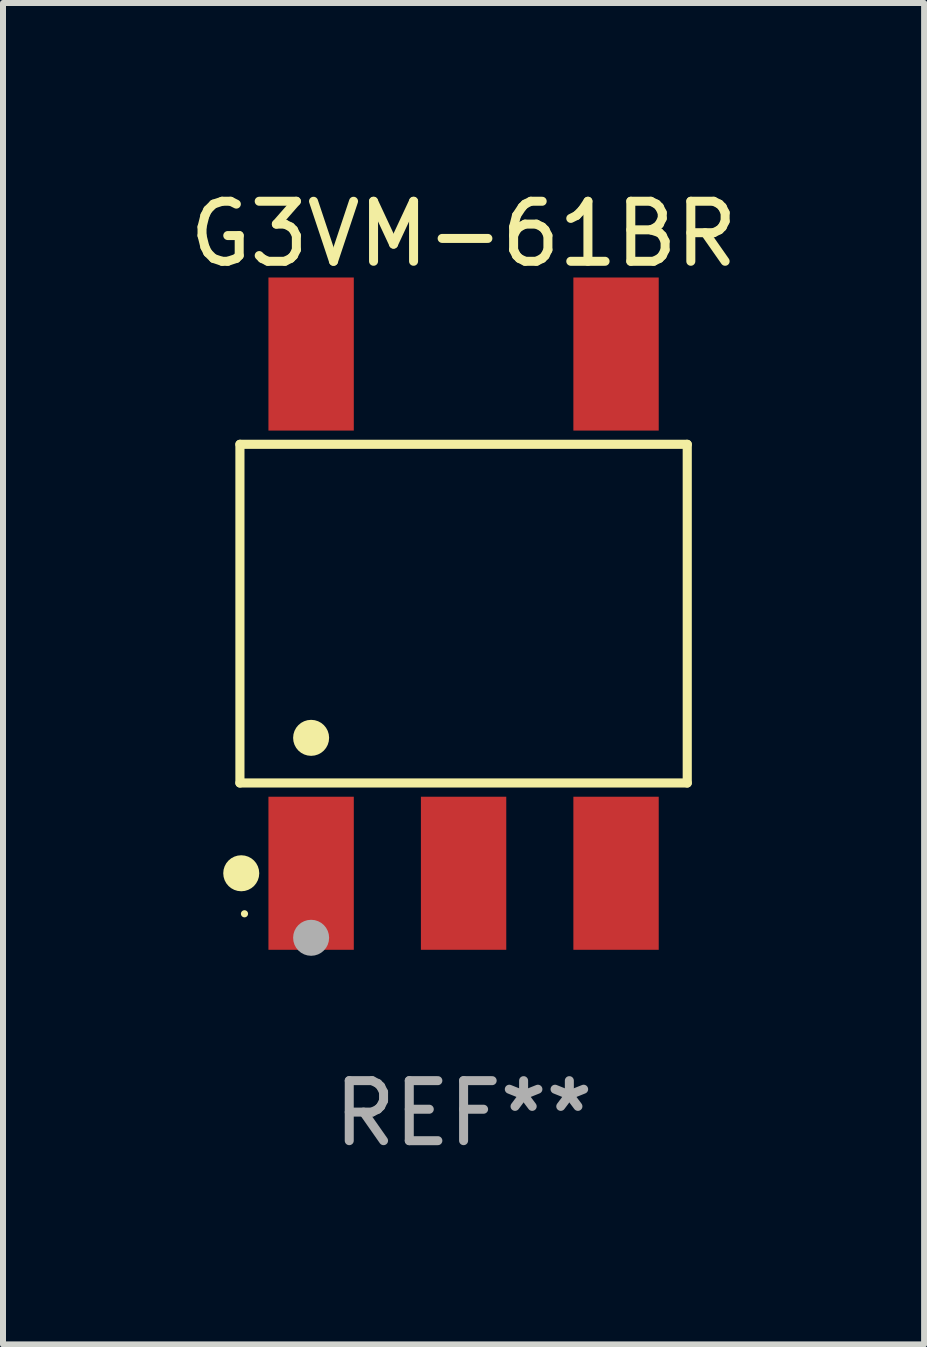
<source format=kicad_pcb>
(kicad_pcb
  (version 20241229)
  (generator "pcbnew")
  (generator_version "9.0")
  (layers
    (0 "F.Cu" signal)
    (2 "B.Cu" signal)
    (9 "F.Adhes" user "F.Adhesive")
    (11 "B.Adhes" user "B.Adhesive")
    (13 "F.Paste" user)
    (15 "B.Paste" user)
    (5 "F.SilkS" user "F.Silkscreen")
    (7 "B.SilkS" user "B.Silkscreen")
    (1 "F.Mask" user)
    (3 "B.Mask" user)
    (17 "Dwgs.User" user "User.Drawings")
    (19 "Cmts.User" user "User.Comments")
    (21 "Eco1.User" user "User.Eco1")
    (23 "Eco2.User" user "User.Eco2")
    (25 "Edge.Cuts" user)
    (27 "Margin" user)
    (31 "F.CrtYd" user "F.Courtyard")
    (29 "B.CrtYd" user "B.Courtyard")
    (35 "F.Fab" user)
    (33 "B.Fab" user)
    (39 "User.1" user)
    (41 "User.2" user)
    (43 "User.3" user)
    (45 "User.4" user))
  (footprint "G3VM-61BR"
    (layer "F.Cu")
    (at 4.673 7.173)
    (property "Reference" "G3VM-61BR" (at 0 -6.325 0) (layer "F.SilkS") (effects (font (size 1 1) (thickness 0.15))))
    (attr through_hole)
    (fp_line (start -3.726 -2.821) (end 3.726 -2.821) (stroke (width 0.152) (type solid)) (layer "F.SilkS"))
    (fp_line (start -3.726 2.821) (end -3.726 -2.821) (stroke (width 0.152) (type solid)) (layer "F.SilkS"))
    (fp_line (start 3.726 -2.821) (end 3.726 2.821) (stroke (width 0.152) (type solid)) (layer "F.SilkS"))
    (fp_line (start 3.726 2.821) (end -3.726 2.821) (stroke (width 0.152) (type solid)) (layer "F.SilkS"))
    (fp_circle (center -3.704 4.325) (end -3.554 4.325) (stroke (width 0.3) (type solid)) (fill no) (layer "F.SilkS"))
    (fp_circle (center -3.65 5) (end -3.62 5) (stroke (width 0.06) (type solid)) (fill no) (layer "F.SilkS"))
    (fp_circle (center -2.54 2.069) (end -2.39 2.069) (stroke (width 0.3) (type solid)) (fill no) (layer "F.SilkS"))
    (fp_circle (center -2.54 5.4) (end -2.39 5.4) (stroke (width 0.3) (type solid)) (fill no) (layer "F.Fab"))
    (fp_text user "REF**" (at 0 8.325 0) (layer "F.Fab") (effects (font (size 1 1) (thickness 0.15))))
    (pad "1" smd rect (at -2.54 4.325) (size 1.422 2.55) (layers "F.Cu" "F.Mask" "F.Paste"))
    (pad "2" smd rect (at 0 4.325) (size 1.422 2.55) (layers "F.Cu" "F.Mask" "F.Paste"))
    (pad "3" smd rect (at 2.54 4.325) (size 1.422 2.55) (layers "F.Cu" "F.Mask" "F.Paste"))
    (pad "4" smd rect (at 2.54 -4.325) (size 1.422 2.55) (layers "F.Cu" "F.Mask" "F.Paste"))
    (pad "6" smd rect (at -2.54 -4.325) (size 1.422 2.55) (layers "F.Cu" "F.Mask" "F.Paste")))
  (gr_rect
    (start -3 -3)
    (end 12.345 19.347)
    (stroke (width 0.1) (type default))
    (fill no)
    (layer "Edge.Cuts")))
</source>
